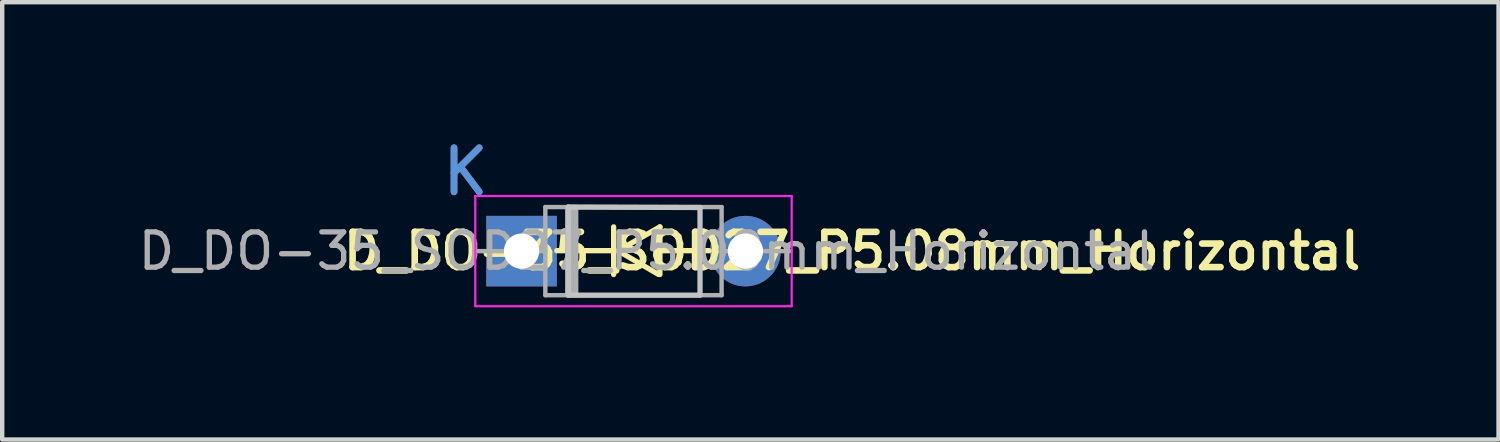
<source format=kicad_pcb>
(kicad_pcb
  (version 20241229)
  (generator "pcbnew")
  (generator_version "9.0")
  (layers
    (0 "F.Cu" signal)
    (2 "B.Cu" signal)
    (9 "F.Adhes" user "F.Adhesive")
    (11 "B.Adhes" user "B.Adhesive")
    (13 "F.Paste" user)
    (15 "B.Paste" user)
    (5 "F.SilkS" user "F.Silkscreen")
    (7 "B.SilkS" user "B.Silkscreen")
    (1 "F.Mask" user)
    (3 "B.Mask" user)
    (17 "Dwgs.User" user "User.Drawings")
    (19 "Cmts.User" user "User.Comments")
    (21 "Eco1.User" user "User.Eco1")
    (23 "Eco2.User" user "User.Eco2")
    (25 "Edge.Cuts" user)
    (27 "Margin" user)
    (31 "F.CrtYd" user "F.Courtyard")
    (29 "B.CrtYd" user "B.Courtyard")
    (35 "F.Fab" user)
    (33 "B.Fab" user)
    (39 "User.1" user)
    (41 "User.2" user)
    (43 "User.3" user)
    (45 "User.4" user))
  (footprint "D_DO-35_SOD27_P5.08mm_Horizontal"
    (layer "F.Cu")
    (at 7.514 2.648)
    (property "Reference" "D_DO-35_SOD27_P5.08mm_Horizontal" (at 8.77 0 0) (layer "F.SilkS") (effects (font (size 0.8 0.8) (thickness 0.15))))
    (attr through_hole)
    (fp_line (start 2.07 -0.01) (end 3.35 -0.01) (stroke (width 0.12) (type solid)) (layer "F.SilkS"))
    (fp_line (start 3.36 0.53) (end 3.36 -0.55) (stroke (width 0.12) (type solid)) (layer "F.SilkS"))
    (fp_line (start 3.46 -0.01) (end 4.41 -0.55) (stroke (width 0.12) (type solid)) (layer "F.SilkS"))
    (fp_line (start 3.47 0) (end 4.38 0.53) (stroke (width 0.12) (type solid)) (layer "F.SilkS"))
    (fp_line (start 4.41 0.53) (end 4.41 -0.55) (stroke (width 0.12) (type solid)) (layer "F.SilkS"))
    (fp_line (start 5.53 -0.01) (end 4.41 -0.01) (stroke (width 0.12) (type solid)) (layer "F.SilkS"))
    (fp_line (start 2.33 -1) (end 5.32 -0.99) (stroke (width 0.12) (type solid)) (layer "Dwgs.User"))
    (fp_line (start 2.33 1) (end 2.33 -1) (stroke (width 0.12) (type solid)) (layer "Dwgs.User"))
    (fp_line (start 2.34 1) (end 5.31 1) (stroke (width 0.12) (type solid)) (layer "Dwgs.User"))
    (fp_line (start 5.32 1) (end 5.32 -0.99) (stroke (width 0.12) (type solid)) (layer "Dwgs.User"))
    (fp_line (start 0.22 -1.25) (end 0.22 1.25) (stroke (width 0.05) (type solid)) (layer "F.CrtYd"))
    (fp_line (start 0.22 1.25) (end 7.4 1.25) (stroke (width 0.05) (type solid)) (layer "F.CrtYd"))
    (fp_line (start 7.4 -1.25) (end 0.22 -1.25) (stroke (width 0.05) (type solid)) (layer "F.CrtYd"))
    (fp_line (start 7.4 1.25) (end 7.4 -1.25) (stroke (width 0.05) (type solid)) (layer "F.CrtYd"))
    (fp_line (start 0.25 0) (end 1.81 0) (stroke (width 0.1) (type solid)) (layer "F.Fab"))
    (fp_line (start 1.81 -1) (end 1.81 1) (stroke (width 0.1) (type solid)) (layer "F.Fab"))
    (fp_line (start 1.81 1) (end 5.81 1) (stroke (width 0.1) (type solid)) (layer "F.Fab"))
    (fp_line (start 2.31 -1) (end 2.31 1) (stroke (width 0.1) (type solid)) (layer "F.Fab"))
    (fp_line (start 2.41 -1) (end 2.41 1) (stroke (width 0.1) (type solid)) (layer "F.Fab"))
    (fp_line (start 2.51 -1) (end 2.51 1) (stroke (width 0.1) (type solid)) (layer "F.Fab"))
    (fp_line (start 5.81 -1) (end 1.81 -1) (stroke (width 0.1) (type solid)) (layer "F.Fab"))
    (fp_line (start 5.81 1) (end 5.81 -1) (stroke (width 0.1) (type solid)) (layer "F.Fab"))
    (fp_line (start 7.37 0) (end 5.81 0) (stroke (width 0.1) (type solid)) (layer "F.Fab"))
    (fp_text user "K" (at 0 -1.8 0) (layer "Cmts.User") (effects (font (size 1 1) (thickness 0.15))))
    (fp_text user "K" (at 0 -1.8 0) (layer "F.Fab") (effects (font (size 1 1) (thickness 0.15))))
    (fp_text user "${REFERENCE}" (at 4.11 0 0) (layer "F.Fab") (effects (font (size 0.8 0.8) (thickness 0.12))))
    (pad "1" thru_hole rect (at 1.27 0) (size 1.6 1.6) (drill 0.8) (layers "*.Cu" "*.Mask"))
    (pad "2" thru_hole oval (at 6.35 0) (size 1.6 1.6) (drill 0.8) (layers "*.Cu" "*.Mask")))
  (gr_rect
    (start -3 -3)
    (end 30.953 6.923)
    (stroke (width 0.1) (type default))
    (fill no)
    (layer "Edge.Cuts")))
</source>
